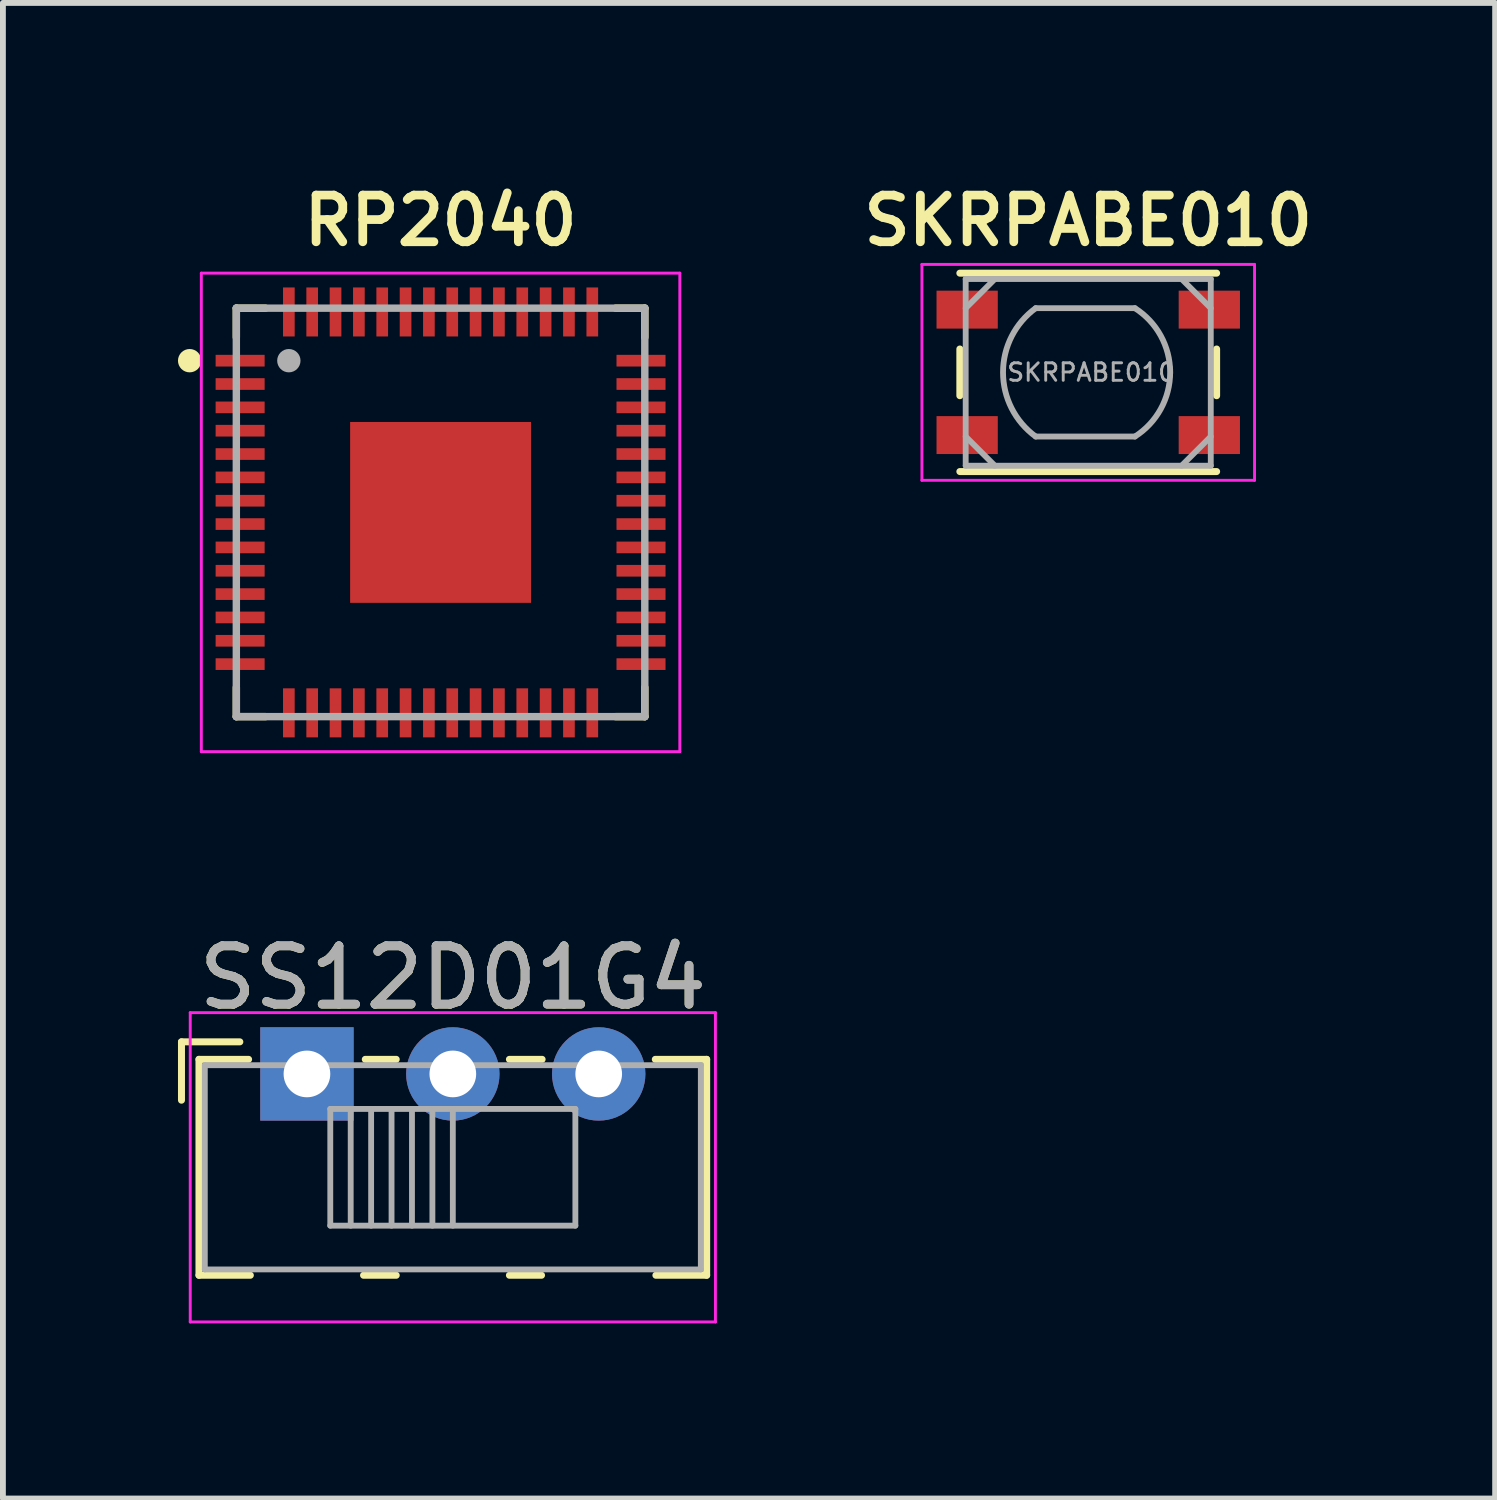
<source format=kicad_pcb>
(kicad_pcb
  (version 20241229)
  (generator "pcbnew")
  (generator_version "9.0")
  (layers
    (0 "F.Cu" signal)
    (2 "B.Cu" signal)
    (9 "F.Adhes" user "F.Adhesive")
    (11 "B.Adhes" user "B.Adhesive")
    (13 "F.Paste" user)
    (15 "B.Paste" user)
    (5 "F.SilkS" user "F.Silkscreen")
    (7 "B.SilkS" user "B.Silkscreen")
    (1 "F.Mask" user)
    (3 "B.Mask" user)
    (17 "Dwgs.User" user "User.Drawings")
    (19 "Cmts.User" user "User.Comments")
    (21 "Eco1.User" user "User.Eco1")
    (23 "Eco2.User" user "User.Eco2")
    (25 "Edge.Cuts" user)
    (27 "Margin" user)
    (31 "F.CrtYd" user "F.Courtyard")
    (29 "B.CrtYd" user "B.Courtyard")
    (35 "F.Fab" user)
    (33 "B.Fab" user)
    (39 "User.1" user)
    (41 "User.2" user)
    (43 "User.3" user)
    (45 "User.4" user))
  (footprint "SKRPABE010"
    (layer "F.Cu")
    (at 15.599 3.331)
    (property "Reference" "SKRPABE010" (at 0 -2.6 0) (layer "F.SilkS") (effects (font (size 0.8 0.8) (thickness 0.15))))
    (attr smd)
    (fp_line (start -2.2 0.4) (end -2.2 -0.4) (stroke (width 0.12) (type solid)) (layer "F.SilkS"))
    (fp_line (start -2.2 1.7) (end 2.2 1.7) (stroke (width 0.12) (type solid)) (layer "F.SilkS"))
    (fp_line (start 2.2 -1.7) (end -2.2 -1.7) (stroke (width 0.12) (type solid)) (layer "F.SilkS"))
    (fp_line (start 2.2 0.4) (end 2.2 -0.4) (stroke (width 0.12) (type solid)) (layer "F.SilkS"))
    (fp_line (start -2.85 -1.85) (end 2.85 -1.85) (stroke (width 0.05) (type solid)) (layer "F.CrtYd"))
    (fp_line (start -2.85 1.85) (end -2.85 -1.85) (stroke (width 0.05) (type solid)) (layer "F.CrtYd"))
    (fp_line (start 2.85 -1.85) (end 2.85 1.85) (stroke (width 0.05) (type solid)) (layer "F.CrtYd"))
    (fp_line (start 2.85 1.85) (end -2.85 1.85) (stroke (width 0.05) (type solid)) (layer "F.CrtYd"))
    (fp_line (start -2.1 -1.6) (end 2.1 -1.6) (stroke (width 0.1) (type solid)) (layer "F.Fab"))
    (fp_line (start -2.1 -1.1) (end -1.6 -1.6) (stroke (width 0.1) (type solid)) (layer "F.Fab"))
    (fp_line (start -2.1 1.1) (end -1.6 1.6) (stroke (width 0.1) (type solid)) (layer "F.Fab"))
    (fp_line (start -2.1 1.6) (end -2.1 -1.6) (stroke (width 0.1) (type solid)) (layer "F.Fab"))
    (fp_line (start -0.9 -1.1) (end 0.8 -1.1) (stroke (width 0.1) (type solid)) (layer "F.Fab"))
    (fp_line (start 0.8 1.1) (end -0.9 1.1) (stroke (width 0.1) (type solid)) (layer "F.Fab"))
    (fp_line (start 1.6 -1.6) (end 2.1 -1.1) (stroke (width 0.1) (type solid)) (layer "F.Fab"))
    (fp_line (start 1.6 1.6) (end 2.1 1.1) (stroke (width 0.1) (type solid)) (layer "F.Fab"))
    (fp_line (start 2.1 -1.6) (end 2.1 1.6) (stroke (width 0.1) (type solid)) (layer "F.Fab"))
    (fp_line (start 2.1 1.6) (end -2.1 1.6) (stroke (width 0.1) (type solid)) (layer "F.Fab"))
    (fp_arc (start -0.9 1.099999) (mid -1.460147 0) (end -0.9 -1.099999) (stroke (width 0.1) (type solid)) (layer "F.Fab"))
    (fp_arc (start 0.8 -1.099999) (mid 1.40384 0) (end 0.799999 1.099999) (stroke (width 0.1) (type solid)) (layer "F.Fab"))
    (fp_text user "${REFERENCE}" (at 0.05 0 0) (layer "F.Fab") (effects (font (size 0.3 0.3) (thickness 0.05))))
    (pad "1" smd rect (at -2.075 -1.075) (size 1.05 0.65) (layers "F.Cu" "F.Mask" "F.Paste"))
    (pad "2" smd rect (at 2.075 -1.075) (size 1.05 0.65) (layers "F.Cu" "F.Mask" "F.Paste"))
    (pad "3" smd rect (at -2.075 1.075) (size 1.05 0.65) (layers "F.Cu" "F.Mask" "F.Paste"))
    (pad "4" smd rect (at 2.075 1.075) (size 1.05 0.65) (layers "F.Cu" "F.Mask" "F.Paste")))
  (footprint "RP2040"
    (layer "F.Cu")
    (at 4.5 5.731)
    (property "Reference" "RP2040" (at 0 -5 0) (layer "F.SilkS") (effects (font (size 0.8 0.8) (thickness 0.15))))
    (attr smd)
    (fp_line (start -3.5 -3.5) (end -3.5 -3) (stroke (width 0.127) (type solid)) (layer "F.SilkS"))
    (fp_line (start -3.5 -3.5) (end -3 -3.5) (stroke (width 0.127) (type solid)) (layer "F.SilkS"))
    (fp_line (start -3.5 3.5) (end -3.5 3) (stroke (width 0.127) (type solid)) (layer "F.SilkS"))
    (fp_line (start -3.5 3.5) (end -3 3.5) (stroke (width 0.127) (type solid)) (layer "F.SilkS"))
    (fp_line (start 3.5 -3.5) (end 3 -3.5) (stroke (width 0.127) (type solid)) (layer "F.SilkS"))
    (fp_line (start 3.5 -3.5) (end 3.5 -3) (stroke (width 0.127) (type solid)) (layer "F.SilkS"))
    (fp_line (start 3.5 3.5) (end 3 3.5) (stroke (width 0.127) (type solid)) (layer "F.SilkS"))
    (fp_line (start 3.5 3.5) (end 3.5 3) (stroke (width 0.127) (type solid)) (layer "F.SilkS"))
    (fp_circle (center -4.3 -2.6) (end -4.2 -2.6) (stroke (width 0.2) (type solid)) (fill no) (layer "F.SilkS"))
    (fp_poly (pts (xy -1.4 -1.4) (xy -0.2 -1.4) (xy -0.2 -0.2) (xy -1.4 -0.2)) (stroke (width 0.01) (type solid)) (fill yes) (layer "F.Paste"))
    (fp_poly (pts (xy -1.4 0.2) (xy -0.2 0.2) (xy -0.2 1.4) (xy -1.4 1.4)) (stroke (width 0.01) (type solid)) (fill yes) (layer "F.Paste"))
    (fp_poly (pts (xy 0.2 -1.4) (xy 1.4 -1.4) (xy 1.4 -0.2) (xy 0.2 -0.2)) (stroke (width 0.01) (type solid)) (fill yes) (layer "F.Paste"))
    (fp_poly (pts (xy 0.2 0.2) (xy 1.4 0.2) (xy 1.4 1.4) (xy 0.2 1.4)) (stroke (width 0.01) (type solid)) (fill yes) (layer "F.Paste"))
    (fp_line (start -4.1 -4.1) (end 4.1 -4.1) (stroke (width 0.05) (type solid)) (layer "F.CrtYd"))
    (fp_line (start -4.1 4.1) (end -4.1 -4.1) (stroke (width 0.05) (type solid)) (layer "F.CrtYd"))
    (fp_line (start -4.1 4.1) (end 4.1 4.1) (stroke (width 0.05) (type solid)) (layer "F.CrtYd"))
    (fp_line (start 4.1 4.1) (end 4.1 -4.1) (stroke (width 0.05) (type solid)) (layer "F.CrtYd"))
    (fp_line (start -3.5 3.5) (end -3.5 -3.5) (stroke (width 0.127) (type solid)) (layer "F.Fab"))
    (fp_line (start 3.5 -3.5) (end -3.5 -3.5) (stroke (width 0.127) (type solid)) (layer "F.Fab"))
    (fp_line (start 3.5 3.5) (end -3.5 3.5) (stroke (width 0.127) (type solid)) (layer "F.Fab"))
    (fp_line (start 3.5 3.5) (end 3.5 -3.5) (stroke (width 0.127) (type solid)) (layer "F.Fab"))
    (fp_circle (center -2.6 -2.6) (end -2.5 -2.6) (stroke (width 0.2) (type solid)) (fill no) (layer "F.Fab"))
    (pad "1" smd rect (at -3.435 -2.6) (size 0.84 0.2) (layers "F.Cu" "F.Mask" "F.Paste"))
    (pad "2" smd rect (at -3.435 -2.2) (size 0.84 0.2) (layers "F.Cu" "F.Mask" "F.Paste"))
    (pad "3" smd rect (at -3.435 -1.8) (size 0.84 0.2) (layers "F.Cu" "F.Mask" "F.Paste"))
    (pad "4" smd rect (at -3.435 -1.4) (size 0.84 0.2) (layers "F.Cu" "F.Mask" "F.Paste"))
    (pad "5" smd rect (at -3.435 -1) (size 0.84 0.2) (layers "F.Cu" "F.Mask" "F.Paste"))
    (pad "6" smd rect (at -3.435 -0.6) (size 0.84 0.2) (layers "F.Cu" "F.Mask" "F.Paste"))
    (pad "7" smd rect (at -3.435 -0.2) (size 0.84 0.2) (layers "F.Cu" "F.Mask" "F.Paste"))
    (pad "8" smd rect (at -3.435 0.2) (size 0.84 0.2) (layers "F.Cu" "F.Mask" "F.Paste"))
    (pad "9" smd rect (at -3.435 0.6) (size 0.84 0.2) (layers "F.Cu" "F.Mask" "F.Paste"))
    (pad "10" smd rect (at -3.435 1) (size 0.84 0.2) (layers "F.Cu" "F.Mask" "F.Paste"))
    (pad "11" smd rect (at -3.435 1.4) (size 0.84 0.2) (layers "F.Cu" "F.Mask" "F.Paste"))
    (pad "12" smd rect (at -3.435 1.8) (size 0.84 0.2) (layers "F.Cu" "F.Mask" "F.Paste"))
    (pad "13" smd rect (at -3.435 2.2) (size 0.84 0.2) (layers "F.Cu" "F.Mask" "F.Paste"))
    (pad "14" smd rect (at -3.435 2.6) (size 0.84 0.2) (layers "F.Cu" "F.Mask" "F.Paste"))
    (pad "15" smd rect (at -2.6 3.435) (size 0.2 0.84) (layers "F.Cu" "F.Mask" "F.Paste"))
    (pad "16" smd rect (at -2.2 3.435) (size 0.2 0.84) (layers "F.Cu" "F.Mask" "F.Paste"))
    (pad "17" smd rect (at -1.8 3.435) (size 0.2 0.84) (layers "F.Cu" "F.Mask" "F.Paste"))
    (pad "18" smd rect (at -1.4 3.435) (size 0.2 0.84) (layers "F.Cu" "F.Mask" "F.Paste"))
    (pad "19" smd rect (at -1 3.435) (size 0.2 0.84) (layers "F.Cu" "F.Mask" "F.Paste"))
    (pad "20" smd rect (at -0.6 3.435) (size 0.2 0.84) (layers "F.Cu" "F.Mask" "F.Paste"))
    (pad "21" smd rect (at -0.2 3.435) (size 0.2 0.84) (layers "F.Cu" "F.Mask" "F.Paste"))
    (pad "22" smd rect (at 0.2 3.435) (size 0.2 0.84) (layers "F.Cu" "F.Mask" "F.Paste"))
    (pad "23" smd rect (at 0.6 3.435) (size 0.2 0.84) (layers "F.Cu" "F.Mask" "F.Paste"))
    (pad "24" smd rect (at 1 3.435) (size 0.2 0.84) (layers "F.Cu" "F.Mask" "F.Paste"))
    (pad "25" smd rect (at 1.4 3.435) (size 0.2 0.84) (layers "F.Cu" "F.Mask" "F.Paste"))
    (pad "26" smd rect (at 1.8 3.435) (size 0.2 0.84) (layers "F.Cu" "F.Mask" "F.Paste"))
    (pad "27" smd rect (at 2.2 3.435) (size 0.2 0.84) (layers "F.Cu" "F.Mask" "F.Paste"))
    (pad "28" smd rect (at 2.6 3.435) (size 0.2 0.84) (layers "F.Cu" "F.Mask" "F.Paste"))
    (pad "29" smd rect (at 3.435 2.6) (size 0.84 0.2) (layers "F.Cu" "F.Mask" "F.Paste"))
    (pad "30" smd rect (at 3.435 2.2) (size 0.84 0.2) (layers "F.Cu" "F.Mask" "F.Paste"))
    (pad "31" smd rect (at 3.435 1.8) (size 0.84 0.2) (layers "F.Cu" "F.Mask" "F.Paste"))
    (pad "32" smd rect (at 3.435 1.4) (size 0.84 0.2) (layers "F.Cu" "F.Mask" "F.Paste"))
    (pad "33" smd rect (at 3.435 1) (size 0.84 0.2) (layers "F.Cu" "F.Mask" "F.Paste"))
    (pad "34" smd rect (at 3.435 0.6) (size 0.84 0.2) (layers "F.Cu" "F.Mask" "F.Paste"))
    (pad "35" smd rect (at 3.435 0.2) (size 0.84 0.2) (layers "F.Cu" "F.Mask" "F.Paste"))
    (pad "36" smd rect (at 3.435 -0.2) (size 0.84 0.2) (layers "F.Cu" "F.Mask" "F.Paste"))
    (pad "37" smd rect (at 3.435 -0.6) (size 0.84 0.2) (layers "F.Cu" "F.Mask" "F.Paste"))
    (pad "38" smd rect (at 3.435 -1) (size 0.84 0.2) (layers "F.Cu" "F.Mask" "F.Paste"))
    (pad "39" smd rect (at 3.435 -1.4) (size 0.84 0.2) (layers "F.Cu" "F.Mask" "F.Paste"))
    (pad "40" smd rect (at 3.435 -1.8) (size 0.84 0.2) (layers "F.Cu" "F.Mask" "F.Paste"))
    (pad "41" smd rect (at 3.435 -2.2) (size 0.84 0.2) (layers "F.Cu" "F.Mask" "F.Paste"))
    (pad "42" smd rect (at 3.435 -2.6) (size 0.84 0.2) (layers "F.Cu" "F.Mask" "F.Paste"))
    (pad "43" smd rect (at 2.6 -3.435) (size 0.2 0.84) (layers "F.Cu" "F.Mask" "F.Paste"))
    (pad "44" smd rect (at 2.2 -3.435) (size 0.2 0.84) (layers "F.Cu" "F.Mask" "F.Paste"))
    (pad "45" smd rect (at 1.8 -3.435) (size 0.2 0.84) (layers "F.Cu" "F.Mask" "F.Paste"))
    (pad "46" smd rect (at 1.4 -3.435) (size 0.2 0.84) (layers "F.Cu" "F.Mask" "F.Paste"))
    (pad "47" smd rect (at 1 -3.435) (size 0.2 0.84) (layers "F.Cu" "F.Mask" "F.Paste"))
    (pad "48" smd rect (at 0.6 -3.435) (size 0.2 0.84) (layers "F.Cu" "F.Mask" "F.Paste"))
    (pad "49" smd rect (at 0.2 -3.435) (size 0.2 0.84) (layers "F.Cu" "F.Mask" "F.Paste"))
    (pad "50" smd rect (at -0.2 -3.435) (size 0.2 0.84) (layers "F.Cu" "F.Mask" "F.Paste"))
    (pad "51" smd rect (at -0.6 -3.435) (size 0.2 0.84) (layers "F.Cu" "F.Mask" "F.Paste"))
    (pad "52" smd rect (at -1 -3.435) (size 0.2 0.84) (layers "F.Cu" "F.Mask" "F.Paste"))
    (pad "53" smd rect (at -1.4 -3.435) (size 0.2 0.84) (layers "F.Cu" "F.Mask" "F.Paste"))
    (pad "54" smd rect (at -1.8 -3.435) (size 0.2 0.84) (layers "F.Cu" "F.Mask" "F.Paste"))
    (pad "55" smd rect (at -2.2 -3.435) (size 0.2 0.84) (layers "F.Cu" "F.Mask" "F.Paste"))
    (pad "56" smd rect (at -2.6 -3.435) (size 0.2 0.84) (layers "F.Cu" "F.Mask" "F.Paste"))
    (pad "EP" smd rect (at 0 0) (size 3.1 3.1) (layers "F.Cu" "F.Mask")))
  (footprint "SS12D01G4"
    (layer "F.Cu")
    (at 2.21 15.354)
    (property "Reference" "SS12D01G4" (at 2.5 -1.65 0) (layer "F.SilkS") (effects (font (size 1 1) (thickness 0.15))))
    (attr through_hole)
    (fp_line (start -2.15 -0.55) (end -1.15 -0.55) (stroke (width 0.12) (type solid)) (layer "F.SilkS"))
    (fp_line (start -2.15 0.45) (end -2.15 -0.55) (stroke (width 0.12) (type solid)) (layer "F.SilkS"))
    (fp_line (start -1.85 -0.25) (end -1 -0.25) (stroke (width 0.12) (type solid)) (layer "F.SilkS"))
    (fp_line (start -1.85 3.45) (end -1.85 -0.25) (stroke (width 0.12) (type solid)) (layer "F.SilkS"))
    (fp_line (start -0.97 3.45) (end -1.85 3.45) (stroke (width 0.12) (type solid)) (layer "F.SilkS"))
    (fp_line (start 1 -0.25) (end 1.53 -0.25) (stroke (width 0.12) (type solid)) (layer "F.SilkS"))
    (fp_line (start 1.53 3.45) (end 0.97 3.45) (stroke (width 0.12) (type solid)) (layer "F.SilkS"))
    (fp_line (start 3.47 -0.25) (end 4.03 -0.25) (stroke (width 0.12) (type solid)) (layer "F.SilkS"))
    (fp_line (start 4.02 3.45) (end 3.47 3.45) (stroke (width 0.12) (type solid)) (layer "F.SilkS"))
    (fp_line (start 5.97 -0.25) (end 6.85 -0.25) (stroke (width 0.12) (type solid)) (layer "F.SilkS"))
    (fp_line (start 6.85 -0.25) (end 6.85 3.45) (stroke (width 0.12) (type solid)) (layer "F.SilkS"))
    (fp_line (start 6.85 3.45) (end 5.98 3.45) (stroke (width 0.12) (type solid)) (layer "F.SilkS"))
    (fp_line (start -2 -1.05) (end 7 -1.05) (stroke (width 0.05) (type solid)) (layer "F.CrtYd"))
    (fp_line (start -2 4.25) (end -2 -1.05) (stroke (width 0.05) (type solid)) (layer "F.CrtYd"))
    (fp_line (start 7 -1.05) (end 7 4.25) (stroke (width 0.05) (type solid)) (layer "F.CrtYd"))
    (fp_line (start 7 4.25) (end -2 4.25) (stroke (width 0.05) (type solid)) (layer "F.CrtYd"))
    (fp_line (start -1.75 -0.15) (end -1.75 3.35) (stroke (width 0.1) (type solid)) (layer "F.Fab"))
    (fp_line (start -1.75 -0.15) (end 6.75 -0.15) (stroke (width 0.1) (type solid)) (layer "F.Fab"))
    (fp_line (start 0.4 0.6) (end 0.4 2.6) (stroke (width 0.1) (type solid)) (layer "F.Fab"))
    (fp_line (start 0.4 0.6) (end 4.6 0.6) (stroke (width 0.1) (type solid)) (layer "F.Fab"))
    (fp_line (start 0.75 0.6) (end 0.75 2.6) (stroke (width 0.1) (type solid)) (layer "F.Fab"))
    (fp_line (start 1.1 0.6) (end 1.1 2.6) (stroke (width 0.1) (type solid)) (layer "F.Fab"))
    (fp_line (start 1.45 0.6) (end 1.45 2.6) (stroke (width 0.1) (type solid)) (layer "F.Fab"))
    (fp_line (start 1.8 0.6) (end 1.8 2.6) (stroke (width 0.1) (type solid)) (layer "F.Fab"))
    (fp_line (start 2.15 0.6) (end 2.15 2.6) (stroke (width 0.1) (type solid)) (layer "F.Fab"))
    (fp_line (start 2.5 0.6) (end 2.5 2.6) (stroke (width 0.1) (type solid)) (layer "F.Fab"))
    (fp_line (start 4.6 0.6) (end 4.6 2.6) (stroke (width 0.1) (type solid)) (layer "F.Fab"))
    (fp_line (start 4.6 2.6) (end 0.4 2.6) (stroke (width 0.1) (type solid)) (layer "F.Fab"))
    (fp_line (start 6.75 -0.15) (end 6.75 3.35) (stroke (width 0.1) (type solid)) (layer "F.Fab"))
    (fp_line (start 6.75 3.35) (end -1.75 3.35) (stroke (width 0.1) (type solid)) (layer "F.Fab"))
    (fp_text user "${REFERENCE}" (at 2.5 -1.65 0) (layer "F.Fab") (effects (font (size 1 1) (thickness 0.15))))
    (pad "1" thru_hole rect (at 0 0) (size 1.6 1.6) (drill 0.8) (layers "*.Cu" "*.Mask"))
    (pad "2" thru_hole circle (at 2.5 0) (size 1.6 1.6) (drill 0.8) (layers "*.Cu" "*.Mask"))
    (pad "3" thru_hole circle (at 5 0) (size 1.6 1.6) (drill 0.8) (layers "*.Cu" "*.Mask")))
  (gr_rect
    (start -3 -3)
    (end 22.572 22.63)
    (stroke (width 0.1) (type default))
    (fill no)
    (layer "Edge.Cuts")))
</source>
